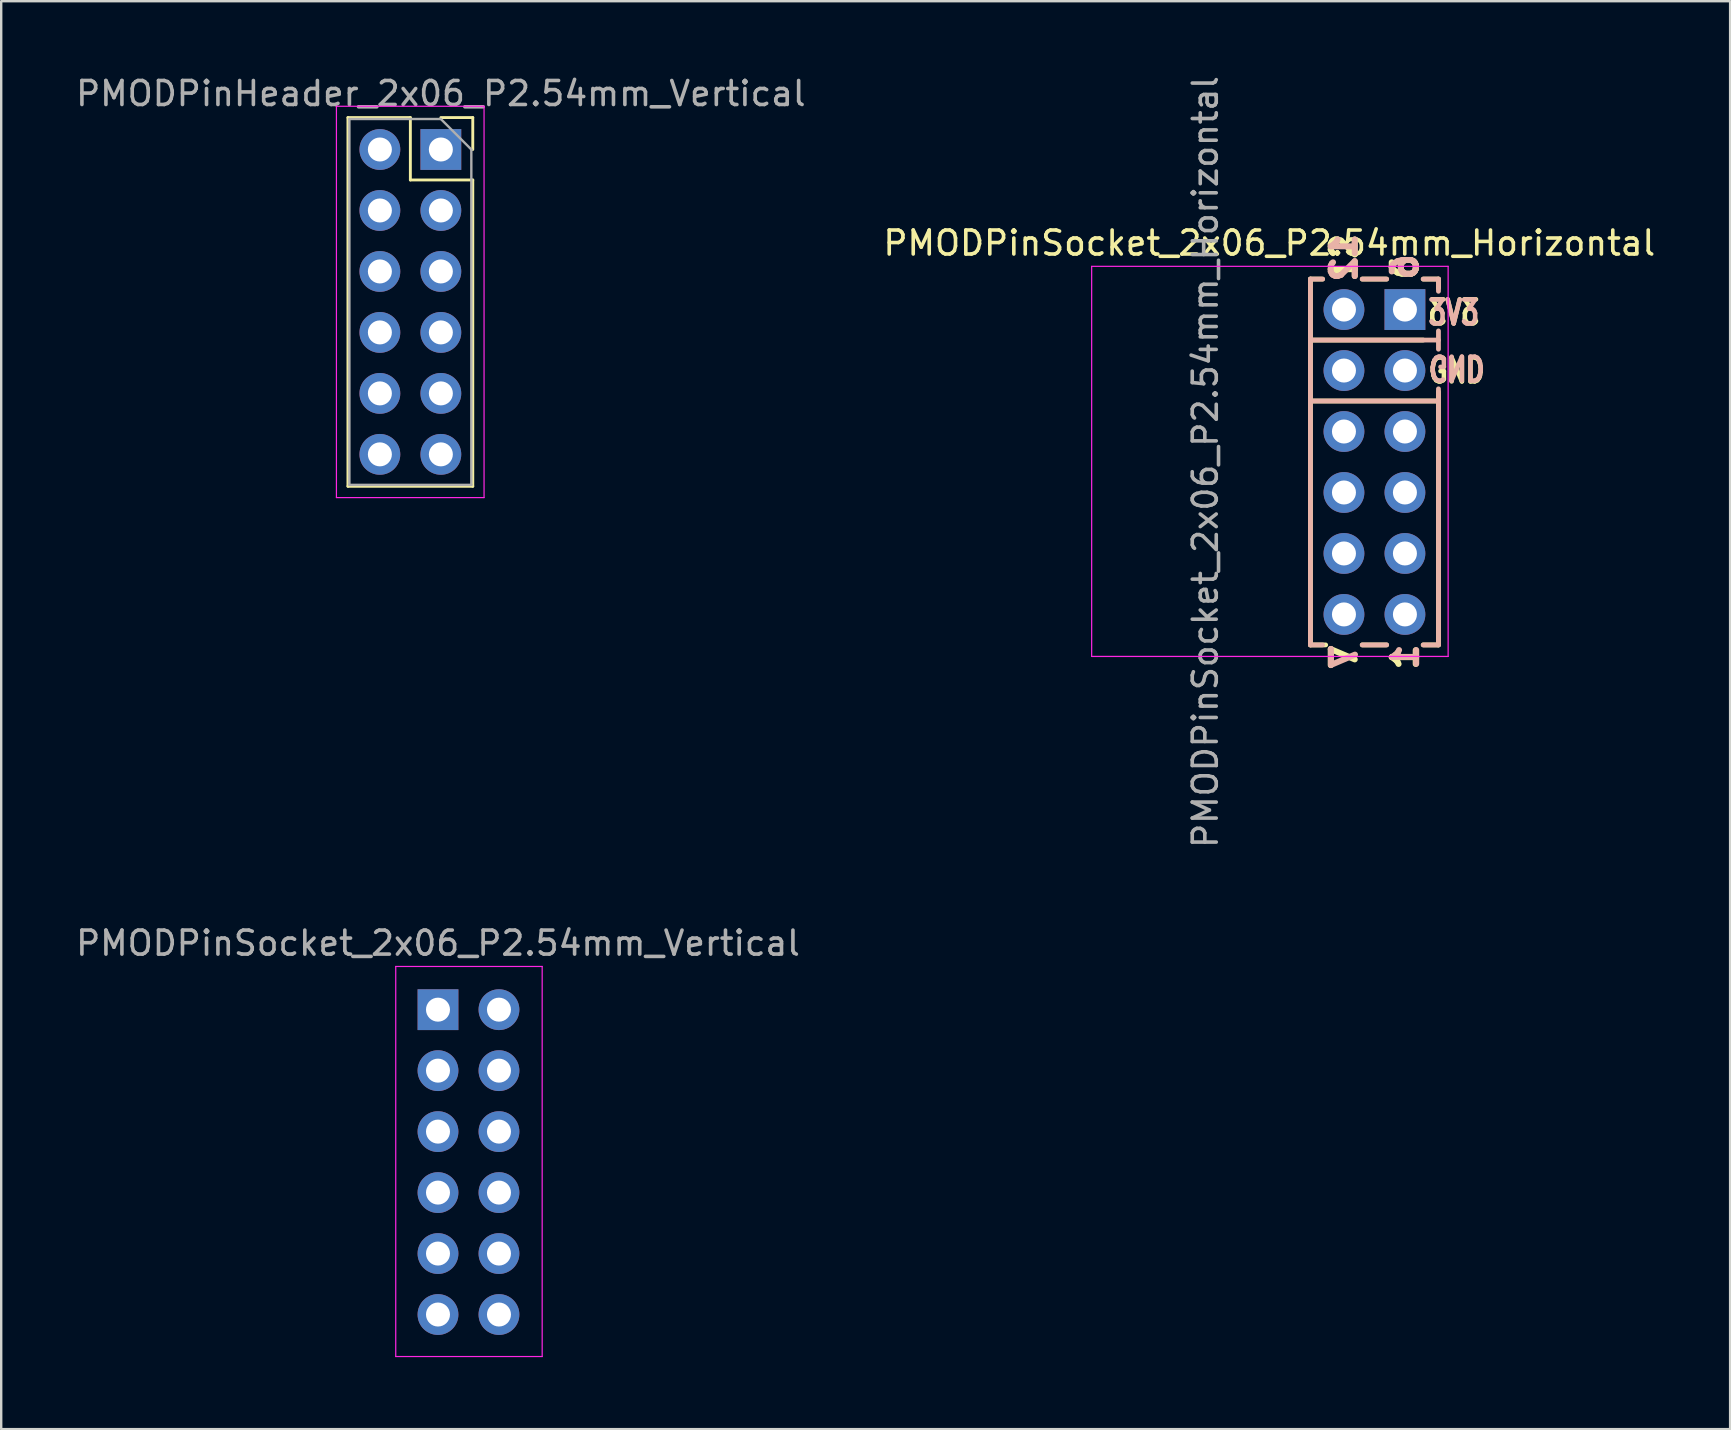
<source format=kicad_pcb>
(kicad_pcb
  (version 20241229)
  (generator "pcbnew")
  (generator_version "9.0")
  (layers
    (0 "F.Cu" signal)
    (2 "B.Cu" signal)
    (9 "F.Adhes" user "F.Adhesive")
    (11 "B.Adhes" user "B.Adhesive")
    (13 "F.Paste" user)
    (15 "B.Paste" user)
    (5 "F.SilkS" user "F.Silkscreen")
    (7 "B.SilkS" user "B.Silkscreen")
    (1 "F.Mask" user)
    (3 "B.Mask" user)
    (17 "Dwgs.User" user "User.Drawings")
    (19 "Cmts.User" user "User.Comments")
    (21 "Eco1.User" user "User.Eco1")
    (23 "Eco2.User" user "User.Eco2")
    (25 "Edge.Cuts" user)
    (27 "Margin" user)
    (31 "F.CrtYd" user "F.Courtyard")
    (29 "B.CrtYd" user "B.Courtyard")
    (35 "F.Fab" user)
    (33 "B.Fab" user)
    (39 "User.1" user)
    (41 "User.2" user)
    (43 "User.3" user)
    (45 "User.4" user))
  (footprint "PMODPinSocket_2x06_P2.54mm_Horizontal"
    (layer "F.Cu")
    (at 55.477 22.546)
    (property "Reference" "PMODPinSocket_2x06_P2.54mm_Horizontal" (at -5.65 -15.47 0) (layer "F.SilkS") (effects (font (size 1 1) (thickness 0.15))))
    (attr through_hole)
    (fp_line (start -3.937 -11.43) (end -3.937 -13.97) (stroke (width 0.2) (type solid)) (layer "F.SilkS"))
    (fp_line (start -3.937 1.27) (end -3.937 -11.43) (stroke (width 0.2) (type solid)) (layer "F.SilkS"))
    (fp_line (start -3.429 -13.97) (end -3.937 -13.97) (stroke (width 0.2) (type solid)) (layer "F.SilkS"))
    (fp_line (start -3.302 1.27) (end -3.937 1.27) (stroke (width 0.2) (type solid)) (layer "F.SilkS"))
    (fp_line (start -0.762 -13.97) (end -1.778 -13.97) (stroke (width 0.2) (type solid)) (layer "F.SilkS"))
    (fp_line (start -0.762 1.27) (end -1.778 1.27) (stroke (width 0.2) (type solid)) (layer "F.SilkS"))
    (fp_line (start 0.762 -11.43) (end -3.937 -11.43) (stroke (width 0.2) (type solid)) (layer "F.SilkS"))
    (fp_line (start 1.397 -13.97) (end 0.762 -13.97) (stroke (width 0.2) (type solid)) (layer "F.SilkS"))
    (fp_line (start 1.397 -13.589) (end 1.397 -13.97) (stroke (width 0.2) (type solid)) (layer "F.SilkS"))
    (fp_line (start 1.397 -8.89) (end -3.937 -8.89) (stroke (width 0.2) (type solid)) (layer "F.SilkS"))
    (fp_line (start 1.397 -8.89) (end 1.397 -9.271) (stroke (width 0.2) (type solid)) (layer "F.SilkS"))
    (fp_line (start 1.397 -8.89) (end 1.397 1.27) (stroke (width 0.2) (type solid)) (layer "F.SilkS"))
    (fp_line (start 1.397 1.27) (end 0.762 1.27) (stroke (width 0.2) (type solid)) (layer "F.SilkS"))
    (fp_line (start -3.937 -13.97) (end -3.429 -13.97) (stroke (width 0.2) (type solid)) (layer "B.SilkS"))
    (fp_line (start -3.937 -11.43) (end -3.937 -13.97) (stroke (width 0.2) (type solid)) (layer "B.SilkS"))
    (fp_line (start -3.937 -11.43) (end 1.397 -11.43) (stroke (width 0.2) (type solid)) (layer "B.SilkS"))
    (fp_line (start -3.937 -8.89) (end -3.937 -11.43) (stroke (width 0.2) (type solid)) (layer "B.SilkS"))
    (fp_line (start -3.937 -8.89) (end -3.937 1.27) (stroke (width 0.2) (type solid)) (layer "B.SilkS"))
    (fp_line (start -3.937 -8.89) (end 1.397 -8.89) (stroke (width 0.2) (type solid)) (layer "B.SilkS"))
    (fp_line (start -3.937 1.27) (end -3.429 1.27) (stroke (width 0.2) (type solid)) (layer "B.SilkS"))
    (fp_line (start -1.778 -13.97) (end -0.762 -13.97) (stroke (width 0.2) (type solid)) (layer "B.SilkS"))
    (fp_line (start -1.778 1.27) (end -0.762 1.27) (stroke (width 0.2) (type solid)) (layer "B.SilkS"))
    (fp_line (start 0.762 1.27) (end 1.397 1.27) (stroke (width 0.2) (type solid)) (layer "B.SilkS"))
    (fp_line (start 1.397 -13.97) (end 0.762 -13.97) (stroke (width 0.2) (type solid)) (layer "B.SilkS"))
    (fp_line (start 1.397 -13.462) (end 1.397 -13.97) (stroke (width 0.2) (type solid)) (layer "B.SilkS"))
    (fp_line (start 1.397 -11.049) (end 1.397 -11.811) (stroke (width 0.2) (type solid)) (layer "B.SilkS"))
    (fp_line (start 1.397 1.27) (end 1.397 -9.398) (stroke (width 0.2) (type solid)) (layer "B.SilkS"))
    (fp_line (start -13.05 -14.5) (end -13.05 1.75) (stroke (width 0.05) (type solid)) (layer "F.CrtYd"))
    (fp_line (start -13.05 1.75) (end 1.8 1.75) (stroke (width 0.05) (type solid)) (layer "F.CrtYd"))
    (fp_line (start 1.8 -14.5) (end -13.05 -14.5) (stroke (width 0.05) (type solid)) (layer "F.CrtYd"))
    (fp_line (start 1.8 1.75) (end 1.8 -14.5) (stroke (width 0.05) (type solid)) (layer "F.CrtYd"))
    (fp_line (start 0 -12.4) (end 0 -13) (stroke (width 0.1) (type solid)) (layer "F.Fab"))
    (fp_line (start 0 -9.86) (end 0 -10.46) (stroke (width 0.1) (type solid)) (layer "F.Fab"))
    (fp_line (start 0 -7.32) (end 0 -7.92) (stroke (width 0.1) (type solid)) (layer "F.Fab"))
    (fp_line (start 0 -4.78) (end 0 -5.38) (stroke (width 0.1) (type solid)) (layer "F.Fab"))
    (fp_line (start 0 -2.24) (end 0 -2.84) (stroke (width 0.1) (type solid)) (layer "F.Fab"))
    (fp_line (start 0 0.3) (end 0 -0.3) (stroke (width 0.1) (type solid)) (layer "F.Fab"))
    (fp_text user "3V3" (at 2.032 -12.58 0) (unlocked yes) (layer "F.SilkS") (effects (font (size 1 0.75) (thickness 0.188)) (justify mirror)))
    (fp_text user "GND" (at 2.159 -10.16 0) (unlocked yes) (layer "F.SilkS") (effects (font (size 1 0.75) (thickness 0.188))))
    (fp_text user "7" (at -2.54 1.778 90) (unlocked yes) (layer "F.SilkS") (effects (font (size 1 1) (thickness 0.25))))
    (fp_text user "1" (at 0 1.778 90) (unlocked yes) (layer "F.SilkS") (effects (font (size 1 1) (thickness 0.25))))
    (fp_text user "6" (at 0 -14.478 90) (unlocked yes) (layer "F.SilkS") (effects (font (size 1 1) (thickness 0.25))))
    (fp_text user "12" (at -2.54 -14.859 90) (unlocked yes) (layer "F.SilkS") (effects (font (size 1 1) (thickness 0.25))))
    (fp_text user "6" (at 0 -14.478 90) (unlocked yes) (layer "B.SilkS") (effects (font (size 1 1) (thickness 0.25)) (justify mirror)))
    (fp_text user "12" (at -2.54 -14.859 90) (unlocked yes) (layer "B.SilkS") (effects (font (size 1 1) (thickness 0.25)) (justify mirror)))
    (fp_text user "1" (at 0.02 1.77 90) (unlocked yes) (layer "B.SilkS") (effects (font (size 1 1) (thickness 0.25)) (justify mirror)))
    (fp_text user "3V3" (at 2.032 -12.573 0) (unlocked yes) (layer "B.SilkS") (effects (font (size 1 0.75) (thickness 0.188))))
    (fp_text user "GND" (at 2.159 -10.287 180) (unlocked yes) (layer "B.SilkS") (effects (font (size 1 0.75) (thickness 0.188)) (justify mirror)))
    (fp_text user "7" (at -2.53 1.77 90) (unlocked yes) (layer "B.SilkS") (effects (font (size 1 1) (thickness 0.25)) (justify mirror)))
    (fp_text user "${REFERENCE}" (at -8.315 -6.35 90) (layer "F.Fab") (effects (font (size 1 1) (thickness 0.15))))
    (pad "1" thru_hole oval (at 0 0) (size 1.7 1.7) (drill 1) (layers "*.Cu" "*.Mask"))
    (pad "2" thru_hole oval (at 0 -2.54) (size 1.7 1.7) (drill 1) (layers "*.Cu" "*.Mask"))
    (pad "3" thru_hole oval (at 0 -5.08) (size 1.7 1.7) (drill 1) (layers "*.Cu" "*.Mask"))
    (pad "4" thru_hole oval (at 0 -7.62) (size 1.7 1.7) (drill 1) (layers "*.Cu" "*.Mask"))
    (pad "5" thru_hole oval (at 0 -10.16) (size 1.7 1.7) (drill 1) (layers "*.Cu" "*.Mask"))
    (pad "6" thru_hole rect (at 0 -12.7) (size 1.7 1.7) (drill 1) (layers "*.Cu" "*.Mask"))
    (pad "7" thru_hole oval (at -2.54 0) (size 1.7 1.7) (drill 1) (layers "*.Cu" "*.Mask"))
    (pad "8" thru_hole oval (at -2.54 -2.54) (size 1.7 1.7) (drill 1) (layers "*.Cu" "*.Mask"))
    (pad "9" thru_hole oval (at -2.54 -5.08) (size 1.7 1.7) (drill 1) (layers "*.Cu" "*.Mask"))
    (pad "10" thru_hole oval (at -2.54 -7.62) (size 1.7 1.7) (drill 1) (layers "*.Cu" "*.Mask"))
    (pad "11" thru_hole oval (at -2.54 -10.16) (size 1.7 1.7) (drill 1) (layers "*.Cu" "*.Mask"))
    (pad "12" thru_hole oval (at -2.54 -12.7) (size 1.7 1.7) (drill 1) (layers "*.Cu" "*.Mask")))
  (footprint "PMODPinHeader_2x06_P2.54mm_Vertical"
    (layer "F.Cu")
    (at 15.315 3.178)
    (property "Reference" "PMODPinHeader_2x06_P2.54mm_Vertical" (at 0 -2.33 0) (layer "F.Fab") (effects (font (size 1 1) (thickness 0.15))))
    (attr through_hole)
    (fp_line (start -3.87 -1.33) (end -3.87 14.03) (stroke (width 0.12) (type solid)) (layer "F.SilkS"))
    (fp_line (start -1.27 -1.33) (end -3.87 -1.33) (stroke (width 0.12) (type solid)) (layer "F.SilkS"))
    (fp_line (start -1.27 1.27) (end -1.27 -1.33) (stroke (width 0.12) (type solid)) (layer "F.SilkS"))
    (fp_line (start 1.33 -1.33) (end 0 -1.33) (stroke (width 0.12) (type solid)) (layer "F.SilkS"))
    (fp_line (start 1.33 0) (end 1.33 -1.33) (stroke (width 0.12) (type solid)) (layer "F.SilkS"))
    (fp_line (start 1.33 1.27) (end -1.27 1.27) (stroke (width 0.12) (type solid)) (layer "F.SilkS"))
    (fp_line (start 1.33 1.27) (end 1.33 14.03) (stroke (width 0.12) (type solid)) (layer "F.SilkS"))
    (fp_line (start 1.33 14.03) (end -3.87 14.03) (stroke (width 0.12) (type solid)) (layer "F.SilkS"))
    (fp_line (start -4.35 -1.8) (end 1.8 -1.8) (stroke (width 0.05) (type solid)) (layer "F.CrtYd"))
    (fp_line (start -4.35 14.5) (end -4.35 -1.8) (stroke (width 0.05) (type solid)) (layer "F.CrtYd"))
    (fp_line (start 1.8 -1.8) (end 1.8 14.5) (stroke (width 0.05) (type solid)) (layer "F.CrtYd"))
    (fp_line (start 1.8 14.5) (end -4.35 14.5) (stroke (width 0.05) (type solid)) (layer "F.CrtYd"))
    (fp_line (start -3.81 -1.27) (end -3.81 13.97) (stroke (width 0.1) (type solid)) (layer "F.Fab"))
    (fp_line (start -3.81 13.97) (end 1.27 13.97) (stroke (width 0.1) (type solid)) (layer "F.Fab"))
    (fp_line (start 0 -1.27) (end -3.81 -1.27) (stroke (width 0.1) (type solid)) (layer "F.Fab"))
    (fp_line (start 1.27 0) (end 0 -1.27) (stroke (width 0.1) (type solid)) (layer "F.Fab"))
    (fp_line (start 1.27 13.97) (end 1.27 0) (stroke (width 0.1) (type solid)) (layer "F.Fab"))
    (pad "1" thru_hole rect (at 0 0) (size 1.7 1.7) (drill 1) (layers "*.Cu" "*.Mask"))
    (pad "2" thru_hole oval (at 0 2.54) (size 1.7 1.7) (drill 1) (layers "*.Cu" "*.Mask"))
    (pad "3" thru_hole oval (at 0 5.08) (size 1.7 1.7) (drill 1) (layers "*.Cu" "*.Mask"))
    (pad "4" thru_hole oval (at 0 7.62) (size 1.7 1.7) (drill 1) (layers "*.Cu" "*.Mask"))
    (pad "5" thru_hole oval (at 0 10.16) (size 1.7 1.7) (drill 1) (layers "*.Cu" "*.Mask"))
    (pad "6" thru_hole oval (at 0 12.7) (size 1.7 1.7) (drill 1) (layers "*.Cu" "*.Mask"))
    (pad "7" thru_hole oval (at -2.54 0) (size 1.7 1.7) (drill 1) (layers "*.Cu" "*.Mask"))
    (pad "8" thru_hole oval (at -2.54 2.54) (size 1.7 1.7) (drill 1) (layers "*.Cu" "*.Mask"))
    (pad "9" thru_hole oval (at -2.54 5.08) (size 1.7 1.7) (drill 1) (layers "*.Cu" "*.Mask"))
    (pad "10" thru_hole oval (at -2.54 7.62) (size 1.7 1.7) (drill 1) (layers "*.Cu" "*.Mask"))
    (pad "11" thru_hole oval (at -2.54 10.16) (size 1.7 1.7) (drill 1) (layers "*.Cu" "*.Mask"))
    (pad "12" thru_hole oval (at -2.54 12.7) (size 1.7 1.7) (drill 1) (layers "*.Cu" "*.Mask")))
  (footprint "PMODPinSocket_2x06_P2.54mm_Vertical"
    (layer "F.Cu")
    (at 15.196 39.011)
    (property "Reference" "PMODPinSocket_2x06_P2.54mm_Vertical" (at 0 -2.77 0) (layer "F.Fab") (effects (font (size 1 1) (thickness 0.15))))
    (attr through_hole)
    (fp_line (start -1.76 -1.8) (end -1.76 14.45) (stroke (width 0.05) (type solid)) (layer "F.CrtYd"))
    (fp_line (start -1.76 14.45) (end 4.34 14.45) (stroke (width 0.05) (type solid)) (layer "F.CrtYd"))
    (fp_line (start 4.34 -1.8) (end -1.76 -1.8) (stroke (width 0.05) (type solid)) (layer "F.CrtYd"))
    (fp_line (start 4.34 14.45) (end 4.34 -1.8) (stroke (width 0.05) (type solid)) (layer "F.CrtYd"))
    (pad "1" thru_hole rect (at 0 0) (size 1.7 1.7) (drill 1) (layers "*.Cu" "*.Mask"))
    (pad "2" thru_hole oval (at 0 2.54) (size 1.7 1.7) (drill 1) (layers "*.Cu" "*.Mask"))
    (pad "3" thru_hole oval (at 0 5.08) (size 1.7 1.7) (drill 1) (layers "*.Cu" "*.Mask"))
    (pad "4" thru_hole oval (at 0 7.62) (size 1.7 1.7) (drill 1) (layers "*.Cu" "*.Mask"))
    (pad "5" thru_hole oval (at 0 10.16) (size 1.7 1.7) (drill 1) (layers "*.Cu" "*.Mask"))
    (pad "6" thru_hole oval (at 0 12.7) (size 1.7 1.7) (drill 1) (layers "*.Cu" "*.Mask"))
    (pad "7" thru_hole oval (at 2.54 0) (size 1.7 1.7) (drill 1) (layers "*.Cu" "*.Mask"))
    (pad "8" thru_hole oval (at 2.54 2.54) (size 1.7 1.7) (drill 1) (layers "*.Cu" "*.Mask"))
    (pad "9" thru_hole oval (at 2.54 5.08) (size 1.7 1.7) (drill 1) (layers "*.Cu" "*.Mask"))
    (pad "10" thru_hole oval (at 2.54 7.62) (size 1.7 1.7) (drill 1) (layers "*.Cu" "*.Mask"))
    (pad "11" thru_hole oval (at 2.54 10.16) (size 1.7 1.7) (drill 1) (layers "*.Cu" "*.Mask"))
    (pad "12" thru_hole oval (at 2.54 12.7) (size 1.7 1.7) (drill 1) (layers "*.Cu" "*.Mask")))
  (gr_rect
    (start -3 -3)
    (end 69.024 56.486)
    (stroke (width 0.1) (type default))
    (fill no)
    (layer "Edge.Cuts")))
</source>
